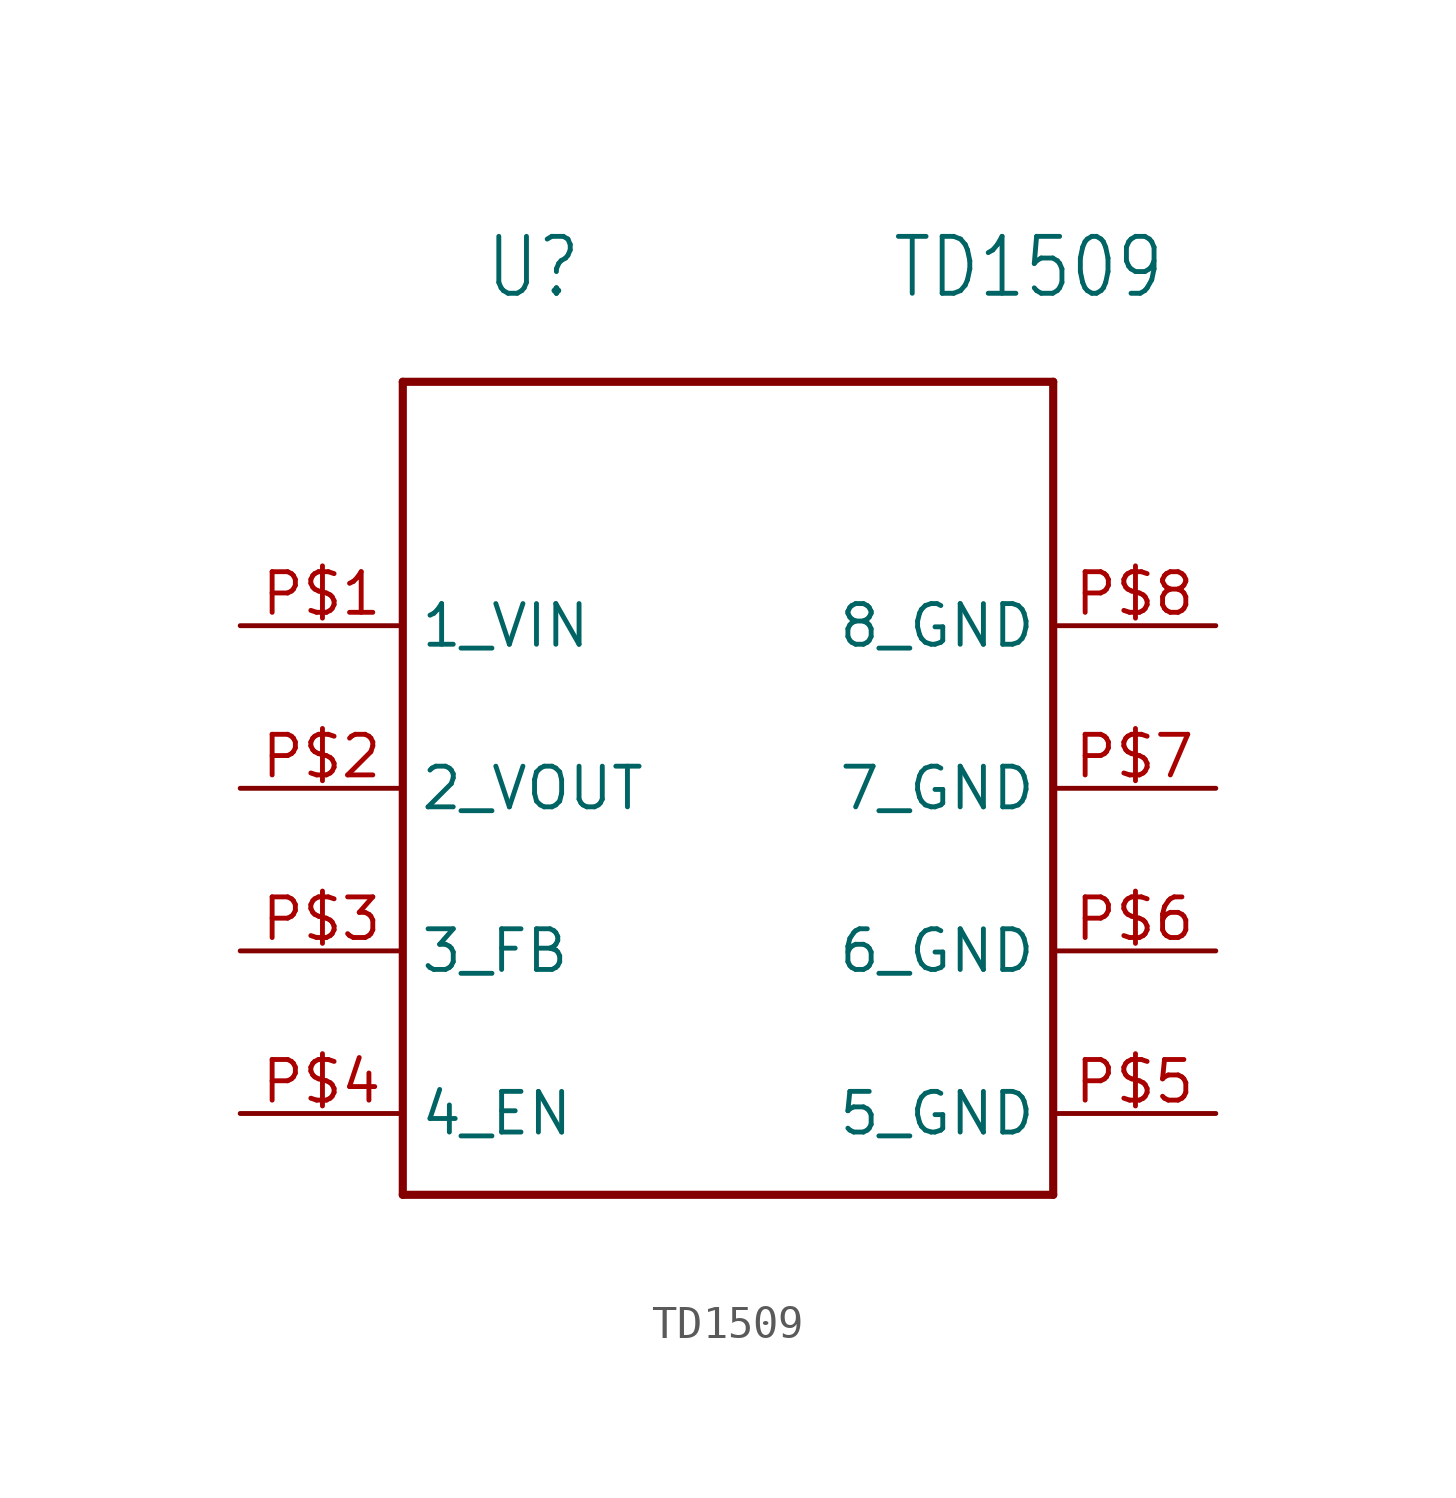
<source format=kicad_sym>
(kicad_symbol_lib
  (version 20211014)
  (generator kicad_symbol_editor)
  (symbol "TD1509"
    (property "Reference" "U"
      (at -7.62 15.24 0)
      (effects (font (size 1.778 1.511)) (justify left bottom)))
    (property "Value" "TD1509"
      (at 5.08 15.24 0)
      (effects (font (size 1.778 1.511)) (justify left bottom)))
    (property "ki_locked" ""
      (at 0 0 0)
      (effects (font (size 1.27 1.27))))
    (symbol "TD1509_1_0"
      (polyline (pts (xy -10.16 -12.7) (xy 10.16 -12.7)) (stroke (width 0.254) (type default) (color 0 0 0 0)) (fill (type none)))
      (polyline (pts (xy -10.16 12.7) (xy -10.16 -12.7)) (stroke (width 0.254) (type default) (color 0 0 0 0)) (fill (type none)))
      (polyline (pts (xy 10.16 -12.7) (xy 10.16 12.7)) (stroke (width 0.254) (type default) (color 0 0 0 0)) (fill (type none)))
      (polyline (pts (xy 10.16 12.7) (xy -10.16 12.7)) (stroke (width 0.254) (type default) (color 0 0 0 0)) (fill (type none)))
      (pin bidirectional line (at -15.24 5.08 0) (length 5.08) (name "1_VIN" (effects (font (size 1.27 1.27)))) (number "P$1" (effects (font (size 1.27 1.27)))))
      (pin bidirectional line (at -15.24 0 0) (length 5.08) (name "2_VOUT" (effects (font (size 1.27 1.27)))) (number "P$2" (effects (font (size 1.27 1.27)))))
      (pin bidirectional line (at -15.24 -5.08 0) (length 5.08) (name "3_FB" (effects (font (size 1.27 1.27)))) (number "P$3" (effects (font (size 1.27 1.27)))))
      (pin bidirectional line (at -15.24 -10.16 0) (length 5.08) (name "4_EN" (effects (font (size 1.27 1.27)))) (number "P$4" (effects (font (size 1.27 1.27)))))
      (pin bidirectional line (at 15.24 -10.16 180) (length 5.08) (name "5_GND" (effects (font (size 1.27 1.27)))) (number "P$5" (effects (font (size 1.27 1.27)))))
      (pin bidirectional line (at 15.24 -5.08 180) (length 5.08) (name "6_GND" (effects (font (size 1.27 1.27)))) (number "P$6" (effects (font (size 1.27 1.27)))))
      (pin bidirectional line (at 15.24 0 180) (length 5.08) (name "7_GND" (effects (font (size 1.27 1.27)))) (number "P$7" (effects (font (size 1.27 1.27)))))
      (pin bidirectional line (at 15.24 5.08 180) (length 5.08) (name "8_GND" (effects (font (size 1.27 1.27)))) (number "P$8" (effects (font (size 1.27 1.27))))))))
</source>
